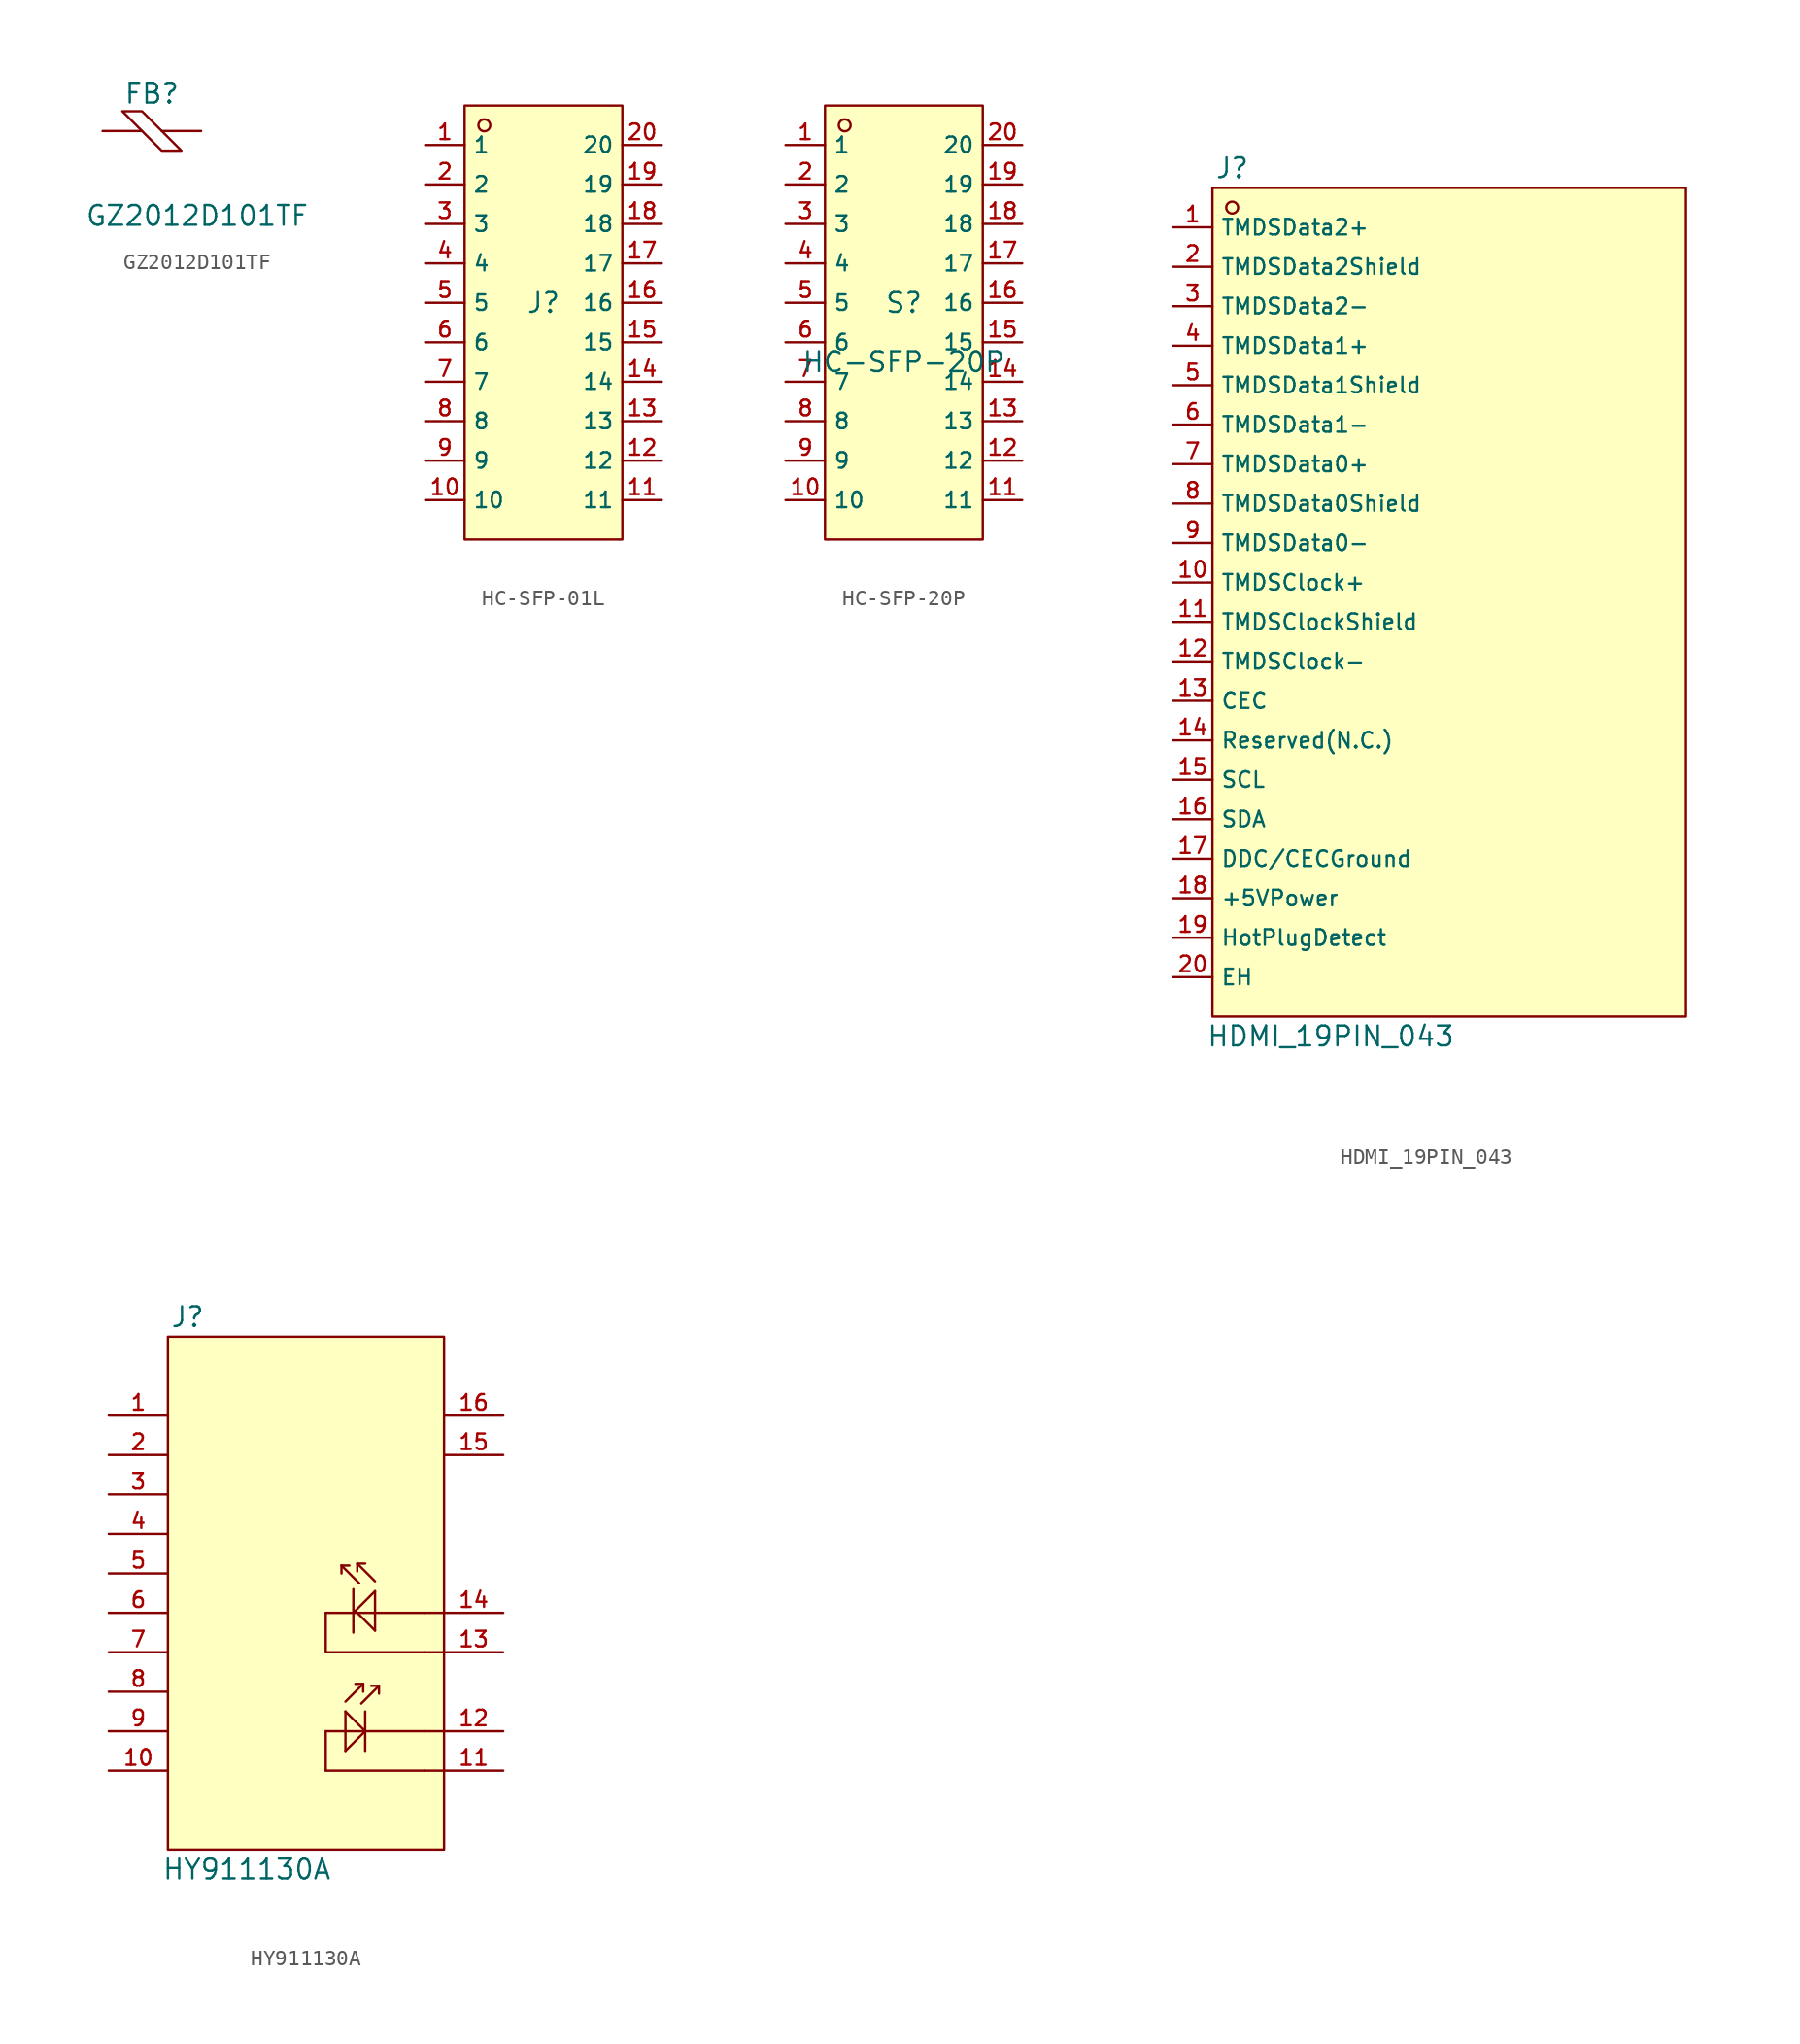
<source format=kicad_sym>
(kicad_symbol_lib
  (version 20241209)
  (generator "kicad_symbol_editor")
  (generator_version "9.0")
  (symbol "GZ2012D101TF"
    (pin_numbers
      (hide yes))
    (pin_names
      (offset 0)
      (hide yes))
    (property "Reference" "FB"
      (at 0 2.413 0)
      (effects (font (size 1.27 1.27))))
    (property "Value" "GZ2012D101TF"
      (at 2.921 -5.461 0)
      (effects (font (size 1.27 1.27))))
    (symbol "GZ2012D101TF_0_1"
      (polyline (pts (xy 0.635 -1.27) (xy -1.905 1.27) (xy -0.635 1.27) (xy 1.905 -1.27) (xy 0.635 -1.27)) (stroke (width 0) (type default)) (fill (type none))))
    (symbol "GZ2012D101TF_1_1"
      (pin unspecified line (at -3.175 0 0) (length 2.54) (name "1" (effects (font (size 1 1)))) (number "1" (effects (font (size 1 1)))))
      (pin unspecified line (at 3.175 0 180) (length 2.54) (name "2" (effects (font (size 1 1)))) (number "2" (effects (font (size 1 1)))))))
  (symbol "HC-SFP-01L"
    (property "Reference" "J"
      (at 0 1.27 0)
      (effects (font (size 1.27 1.27))))
    (symbol "HC-SFP-01L_0_1"
      (rectangle (start -5.08 13.97) (end 5.08 -13.97) (stroke (width 0) (type default)) (fill (type background)))
      (circle (center -3.81 12.7) (radius 0.381) (stroke (width 0) (type default)) (fill (type background)))
      (pin unspecified line (at -7.62 11.43 0) (length 2.54) (name "1" (effects (font (size 1 1)))) (number "1" (effects (font (size 1 1)))))
      (pin unspecified line (at -7.62 8.89 0) (length 2.54) (name "2" (effects (font (size 1 1)))) (number "2" (effects (font (size 1 1)))))
      (pin unspecified line (at -7.62 6.35 0) (length 2.54) (name "3" (effects (font (size 1 1)))) (number "3" (effects (font (size 1 1)))))
      (pin unspecified line (at -7.62 3.81 0) (length 2.54) (name "4" (effects (font (size 1 1)))) (number "4" (effects (font (size 1 1)))))
      (pin unspecified line (at -7.62 1.27 0) (length 2.54) (name "5" (effects (font (size 1 1)))) (number "5" (effects (font (size 1 1)))))
      (pin unspecified line (at -7.62 -1.27 0) (length 2.54) (name "6" (effects (font (size 1 1)))) (number "6" (effects (font (size 1 1)))))
      (pin unspecified line (at -7.62 -3.81 0) (length 2.54) (name "7" (effects (font (size 1 1)))) (number "7" (effects (font (size 1 1)))))
      (pin unspecified line (at -7.62 -6.35 0) (length 2.54) (name "8" (effects (font (size 1 1)))) (number "8" (effects (font (size 1 1)))))
      (pin unspecified line (at -7.62 -8.89 0) (length 2.54) (name "9" (effects (font (size 1 1)))) (number "9" (effects (font (size 1 1)))))
      (pin unspecified line (at -7.62 -11.43 0) (length 2.54) (name "10" (effects (font (size 1 1)))) (number "10" (effects (font (size 1 1)))))
      (pin unspecified line (at 7.62 11.43 180) (length 2.54) (name "20" (effects (font (size 1 1)))) (number "20" (effects (font (size 1 1)))))
      (pin unspecified line (at 7.62 8.89 180) (length 2.54) (name "19" (effects (font (size 1 1)))) (number "19" (effects (font (size 1 1)))))
      (pin unspecified line (at 7.62 6.35 180) (length 2.54) (name "18" (effects (font (size 1 1)))) (number "18" (effects (font (size 1 1)))))
      (pin unspecified line (at 7.62 3.81 180) (length 2.54) (name "17" (effects (font (size 1 1)))) (number "17" (effects (font (size 1 1)))))
      (pin unspecified line (at 7.62 1.27 180) (length 2.54) (name "16" (effects (font (size 1 1)))) (number "16" (effects (font (size 1 1)))))
      (pin unspecified line (at 7.62 -1.27 180) (length 2.54) (name "15" (effects (font (size 1 1)))) (number "15" (effects (font (size 1 1)))))
      (pin unspecified line (at 7.62 -3.81 180) (length 2.54) (name "14" (effects (font (size 1 1)))) (number "14" (effects (font (size 1 1)))))
      (pin unspecified line (at 7.62 -6.35 180) (length 2.54) (name "13" (effects (font (size 1 1)))) (number "13" (effects (font (size 1 1)))))
      (pin unspecified line (at 7.62 -8.89 180) (length 2.54) (name "12" (effects (font (size 1 1)))) (number "12" (effects (font (size 1 1)))))
      (pin unspecified line (at 7.62 -11.43 180) (length 2.54) (name "11" (effects (font (size 1 1)))) (number "11" (effects (font (size 1 1)))))))
  (symbol "HC-SFP-20P"
    (property "Reference" "S"
      (at 0 1.27 0)
      (effects (font (size 1.27 1.27))))
    (property "Value" "HC-SFP-20P"
      (at 0 -2.54 0)
      (effects (font (size 1.27 1.27))))
    (symbol "HC-SFP-20P_0_1"
      (rectangle (start -5.08 13.97) (end 5.08 -13.97) (stroke (width 0) (type default)) (fill (type background)))
      (circle (center -3.81 12.7) (radius 0.381) (stroke (width 0) (type default)) (fill (type background)))
      (pin unspecified line (at -7.62 11.43 0) (length 2.54) (name "1" (effects (font (size 1 1)))) (number "1" (effects (font (size 1 1)))))
      (pin unspecified line (at -7.62 8.89 0) (length 2.54) (name "2" (effects (font (size 1 1)))) (number "2" (effects (font (size 1 1)))))
      (pin unspecified line (at -7.62 6.35 0) (length 2.54) (name "3" (effects (font (size 1 1)))) (number "3" (effects (font (size 1 1)))))
      (pin unspecified line (at -7.62 3.81 0) (length 2.54) (name "4" (effects (font (size 1 1)))) (number "4" (effects (font (size 1 1)))))
      (pin unspecified line (at -7.62 1.27 0) (length 2.54) (name "5" (effects (font (size 1 1)))) (number "5" (effects (font (size 1 1)))))
      (pin unspecified line (at -7.62 -1.27 0) (length 2.54) (name "6" (effects (font (size 1 1)))) (number "6" (effects (font (size 1 1)))))
      (pin unspecified line (at -7.62 -3.81 0) (length 2.54) (name "7" (effects (font (size 1 1)))) (number "7" (effects (font (size 1 1)))))
      (pin unspecified line (at -7.62 -6.35 0) (length 2.54) (name "8" (effects (font (size 1 1)))) (number "8" (effects (font (size 1 1)))))
      (pin unspecified line (at -7.62 -8.89 0) (length 2.54) (name "9" (effects (font (size 1 1)))) (number "9" (effects (font (size 1 1)))))
      (pin unspecified line (at -7.62 -11.43 0) (length 2.54) (name "10" (effects (font (size 1 1)))) (number "10" (effects (font (size 1 1)))))
      (pin unspecified line (at 7.62 11.43 180) (length 2.54) (name "20" (effects (font (size 1 1)))) (number "20" (effects (font (size 1 1)))))
      (pin unspecified line (at 7.62 8.89 180) (length 2.54) (name "19" (effects (font (size 1 1)))) (number "19" (effects (font (size 1 1)))))
      (pin unspecified line (at 7.62 6.35 180) (length 2.54) (name "18" (effects (font (size 1 1)))) (number "18" (effects (font (size 1 1)))))
      (pin unspecified line (at 7.62 3.81 180) (length 2.54) (name "17" (effects (font (size 1 1)))) (number "17" (effects (font (size 1 1)))))
      (pin unspecified line (at 7.62 1.27 180) (length 2.54) (name "16" (effects (font (size 1 1)))) (number "16" (effects (font (size 1 1)))))
      (pin unspecified line (at 7.62 -1.27 180) (length 2.54) (name "15" (effects (font (size 1 1)))) (number "15" (effects (font (size 1 1)))))
      (pin unspecified line (at 7.62 -3.81 180) (length 2.54) (name "14" (effects (font (size 1 1)))) (number "14" (effects (font (size 1 1)))))
      (pin unspecified line (at 7.62 -6.35 180) (length 2.54) (name "13" (effects (font (size 1 1)))) (number "13" (effects (font (size 1 1)))))
      (pin unspecified line (at 7.62 -8.89 180) (length 2.54) (name "12" (effects (font (size 1 1)))) (number "12" (effects (font (size 1 1)))))
      (pin unspecified line (at 7.62 -11.43 180) (length 2.54) (name "11" (effects (font (size 1 1)))) (number "11" (effects (font (size 1 1)))))))
  (symbol "HDMI_19PIN_043"
    (property "Reference" "J"
      (at -11.43 29.21 0)
      (effects (font (size 1.27 1.27))))
    (property "Value" "HDMI_19PIN_043"
      (at -5.08 -26.67 0)
      (effects (font (size 1.27 1.27))))
    (symbol "HDMI_19PIN_043_0_1"
      (rectangle (start -12.7 27.94) (end 17.78 -25.4) (stroke (width 0) (type default)) (fill (type background)))
      (circle (center -11.43 26.67) (radius 0.381) (stroke (width 0) (type default)) (fill (type background)))
      (pin unspecified line (at -15.24 25.4 0) (length 2.54) (name "TMDSData2+" (effects (font (size 1 1)))) (number "1" (effects (font (size 1 1)))))
      (pin unspecified line (at -15.24 22.86 0) (length 2.54) (name "TMDSData2Shield" (effects (font (size 1 1)))) (number "2" (effects (font (size 1 1)))))
      (pin unspecified line (at -15.24 20.32 0) (length 2.54) (name "TMDSData2-" (effects (font (size 1 1)))) (number "3" (effects (font (size 1 1)))))
      (pin unspecified line (at -15.24 17.78 0) (length 2.54) (name "TMDSData1+" (effects (font (size 1 1)))) (number "4" (effects (font (size 1 1)))))
      (pin unspecified line (at -15.24 15.24 0) (length 2.54) (name "TMDSData1Shield" (effects (font (size 1 1)))) (number "5" (effects (font (size 1 1)))))
      (pin unspecified line (at -15.24 12.7 0) (length 2.54) (name "TMDSData1-" (effects (font (size 1 1)))) (number "6" (effects (font (size 1 1)))))
      (pin unspecified line (at -15.24 10.16 0) (length 2.54) (name "TMDSData0+" (effects (font (size 1 1)))) (number "7" (effects (font (size 1 1)))))
      (pin unspecified line (at -15.24 7.62 0) (length 2.54) (name "TMDSData0Shield" (effects (font (size 1 1)))) (number "8" (effects (font (size 1 1)))))
      (pin unspecified line (at -15.24 5.08 0) (length 2.54) (name "TMDSData0-" (effects (font (size 1 1)))) (number "9" (effects (font (size 1 1)))))
      (pin unspecified line (at -15.24 2.54 0) (length 2.54) (name "TMDSClock+" (effects (font (size 1 1)))) (number "10" (effects (font (size 1 1)))))
      (pin unspecified line (at -15.24 0 0) (length 2.54) (name "TMDSClockShield" (effects (font (size 1 1)))) (number "11" (effects (font (size 1 1)))))
      (pin unspecified line (at -15.24 -2.54 0) (length 2.54) (name "TMDSClock-" (effects (font (size 1 1)))) (number "12" (effects (font (size 1 1)))))
      (pin unspecified line (at -15.24 -5.08 0) (length 2.54) (name "CEC" (effects (font (size 1 1)))) (number "13" (effects (font (size 1 1)))))
      (pin unspecified line (at -15.24 -7.62 0) (length 2.54) (name "Reserved(N.C.)" (effects (font (size 1 1)))) (number "14" (effects (font (size 1 1)))))
      (pin unspecified line (at -15.24 -10.16 0) (length 2.54) (name "SCL" (effects (font (size 1 1)))) (number "15" (effects (font (size 1 1)))))
      (pin unspecified line (at -15.24 -12.7 0) (length 2.54) (name "SDA" (effects (font (size 1 1)))) (number "16" (effects (font (size 1 1)))))
      (pin unspecified line (at -15.24 -15.24 0) (length 2.54) (name "DDC/CECGround" (effects (font (size 1 1)))) (number "17" (effects (font (size 1 1)))))
      (pin unspecified line (at -15.24 -17.78 0) (length 2.54) (name "+5VPower" (effects (font (size 1 1)))) (number "18" (effects (font (size 1 1)))))
      (pin unspecified line (at -15.24 -20.32 0) (length 2.54) (name "HotPlugDetect" (effects (font (size 1 1)))) (number "19" (effects (font (size 1 1)))))
      (pin unspecified line (at -15.24 -22.86 0) (length 2.54) (name "EH" (effects (font (size 1 1)))) (number "20" (effects (font (size 1 1)))))))
  (symbol "HY911130A"
    (pin_names
      (hide yes))
    (property "Reference" "J"
      (at -7.62 17.78 0)
      (effects (font (size 1.27 1.27))))
    (property "Value" "HY911130A"
      (at -3.81 -17.78 0)
      (effects (font (size 1.27 1.27))))
    (symbol "HY911130A_0_1"
      (rectangle (start -8.89 16.51) (end 8.89 -16.51) (stroke (width 0) (type default)) (fill (type background)))
      (polyline (pts (xy 1.27 -1.27) (xy 1.27 -3.81)) (stroke (width 0) (type default)) (fill (type none)))
      (polyline (pts (xy 1.27 -3.81) (xy 7.62 -3.81)) (stroke (width 0) (type default)) (fill (type none)))
      (polyline (pts (xy 1.27 -8.89) (xy 1.27 -11.43)) (stroke (width 0) (type default)) (fill (type none)))
      (polyline (pts (xy 1.27 -11.43) (xy 7.62 -11.43)) (stroke (width 0) (type default)) (fill (type none)))
      (polyline (pts (xy 2.286 1.778) (xy 2.286 1.27)) (stroke (width 0) (type default)) (fill (type none)))
      (polyline (pts (xy 2.286 1.778) (xy 2.794 1.778)) (stroke (width 0) (type default)) (fill (type none)))
      (polyline (pts (xy 2.54 -6.985) (xy 3.683 -5.842)) (stroke (width 0) (type default)) (fill (type none)))
      (polyline (pts (xy 2.54 -7.62) (xy 2.54 -10.16)) (stroke (width 0) (type default)) (fill (type none)))
      (polyline (pts (xy 2.54 -10.16) (xy 3.81 -8.89)) (stroke (width 0) (type default)) (fill (type none)))
      (polyline (pts (xy 3.048 -2.54) (xy 3.048 0.254)) (stroke (width 0) (type default)) (fill (type none)))
      (polyline (pts (xy 3.175 -1.143) (xy 4.445 -2.413)) (stroke (width 0) (type default)) (fill (type none)))
      (polyline (pts (xy 3.302 1.905) (xy 3.302 1.397)) (stroke (width 0) (type default)) (fill (type none)))
      (polyline (pts (xy 3.302 1.905) (xy 3.81 1.905)) (stroke (width 0) (type default)) (fill (type none)))
      (polyline (pts (xy 3.429 0.635) (xy 2.286 1.778)) (stroke (width 0) (type default)) (fill (type none)))
      (polyline (pts (xy 3.556 -7.112) (xy 4.699 -5.969)) (stroke (width 0) (type default)) (fill (type none)))
      (polyline (pts (xy 3.683 -5.842) (xy 3.175 -5.842)) (stroke (width 0) (type default)) (fill (type none)))
      (polyline (pts (xy 3.683 -5.842) (xy 3.683 -6.35)) (stroke (width 0) (type default)) (fill (type none)))
      (polyline (pts (xy 3.81 -7.62) (xy 3.81 -10.16)) (stroke (width 0) (type default)) (fill (type none)))
      (polyline (pts (xy 3.81 -8.89) (xy 2.54 -7.62)) (stroke (width 0) (type default)) (fill (type none)))
      (polyline (pts (xy 4.445 0.762) (xy 3.302 1.905)) (stroke (width 0) (type default)) (fill (type none)))
      (polyline (pts (xy 4.445 0.127) (xy 3.175 -1.143)) (stroke (width 0) (type default)) (fill (type none)))
      (polyline (pts (xy 4.445 -2.413) (xy 4.445 0.127)) (stroke (width 0) (type default)) (fill (type none)))
      (polyline (pts (xy 4.699 -5.969) (xy 4.191 -5.969)) (stroke (width 0) (type default)) (fill (type none)))
      (polyline (pts (xy 4.699 -5.969) (xy 4.699 -6.477)) (stroke (width 0) (type default)) (fill (type none)))
      (polyline (pts (xy 7.62 -1.27) (xy 1.27 -1.27)) (stroke (width 0) (type default)) (fill (type none)))
      (polyline (pts (xy 7.62 -8.89) (xy 1.27 -8.89)) (stroke (width 0) (type default)) (fill (type none)))
      (polyline (pts (xy 8.89 -1.27) (xy 7.62 -1.27)) (stroke (width 0) (type default)) (fill (type none)))
      (polyline (pts (xy 8.89 -3.81) (xy 7.62 -3.81)) (stroke (width 0) (type default)) (fill (type none)))
      (polyline (pts (xy 8.89 -8.89) (xy 7.62 -8.89)) (stroke (width 0) (type default)) (fill (type none)))
      (polyline (pts (xy 8.89 -11.43) (xy 7.62 -11.43)) (stroke (width 0) (type default)) (fill (type none)))
      (pin unspecified line (at -12.7 11.43 0) (length 3.81) (name "1" (effects (font (size 1 1)))) (number "1" (effects (font (size 1 1)))))
      (pin unspecified line (at -12.7 8.89 0) (length 3.81) (name "2" (effects (font (size 1 1)))) (number "2" (effects (font (size 1 1)))))
      (pin unspecified line (at -12.7 6.35 0) (length 3.81) (name "3" (effects (font (size 1 1)))) (number "3" (effects (font (size 1 1)))))
      (pin unspecified line (at -12.7 3.81 0) (length 3.81) (name "4" (effects (font (size 1 1)))) (number "4" (effects (font (size 1 1)))))
      (pin unspecified line (at -12.7 1.27 0) (length 3.81) (name "5" (effects (font (size 1 1)))) (number "5" (effects (font (size 1 1)))))
      (pin unspecified line (at -12.7 -1.27 0) (length 3.81) (name "6" (effects (font (size 1 1)))) (number "6" (effects (font (size 1 1)))))
      (pin unspecified line (at -12.7 -3.81 0) (length 3.81) (name "7" (effects (font (size 1 1)))) (number "7" (effects (font (size 1 1)))))
      (pin unspecified line (at -12.7 -6.35 0) (length 3.81) (name "8" (effects (font (size 1 1)))) (number "8" (effects (font (size 1 1)))))
      (pin unspecified line (at 12.7 11.43 180) (length 3.81) (name "SH" (effects (font (size 1 1)))) (number "16" (effects (font (size 1 1)))))
      (pin unspecified line (at 12.7 8.89 180) (length 3.81) (name "SH" (effects (font (size 1 1)))) (number "15" (effects (font (size 1 1)))))
      (pin unspecified line (at 12.7 -1.27 180) (length 3.81) (name "14" (effects (font (size 1 1)))) (number "14" (effects (font (size 1 1)))))
      (pin unspecified line (at 12.7 -3.81 180) (length 3.81) (name "13" (effects (font (size 1 1)))) (number "13" (effects (font (size 1 1)))))
      (pin unspecified line (at 12.7 -8.89 180) (length 3.81) (name "12" (effects (font (size 1 1)))) (number "12" (effects (font (size 1 1)))))
      (pin unspecified line (at 12.7 -11.43 180) (length 3.81) (name "11" (effects (font (size 1 1)))) (number "11" (effects (font (size 1 1))))))
    (symbol "HY911130A_1_1"
      (pin unspecified line (at -12.7 -8.89 0) (length 3.81) (name "9" (effects (font (size 1 1)))) (number "9" (effects (font (size 1 1)))))
      (pin unspecified line (at -12.7 -11.43 0) (length 3.81) (name "10" (effects (font (size 1 1)))) (number "10" (effects (font (size 1 1))))))))
</source>
